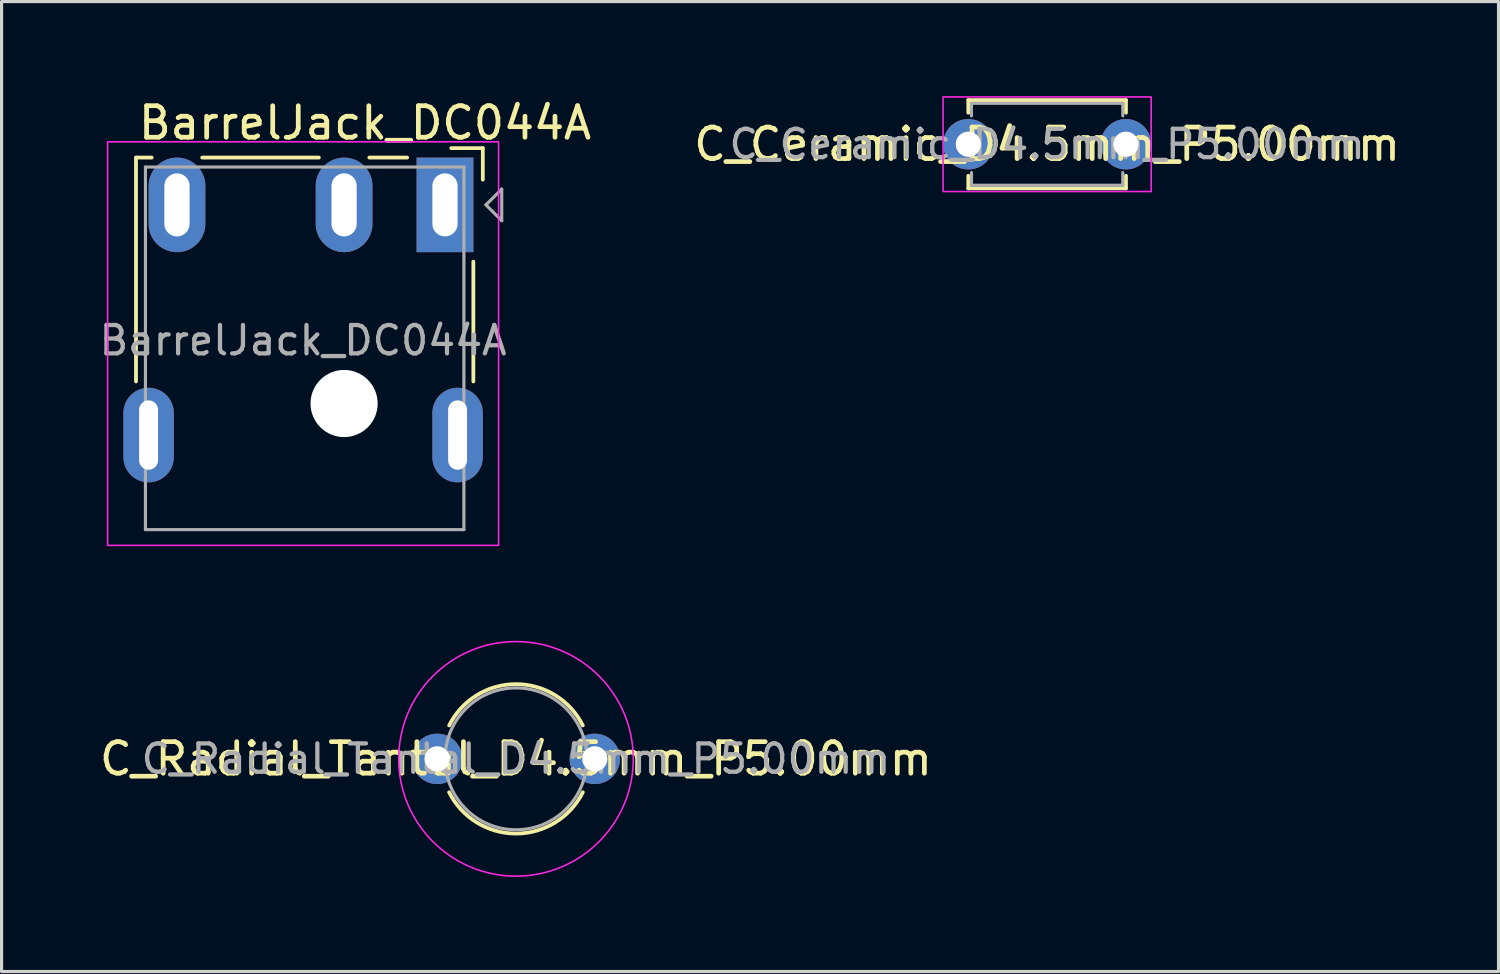
<source format=kicad_pcb>
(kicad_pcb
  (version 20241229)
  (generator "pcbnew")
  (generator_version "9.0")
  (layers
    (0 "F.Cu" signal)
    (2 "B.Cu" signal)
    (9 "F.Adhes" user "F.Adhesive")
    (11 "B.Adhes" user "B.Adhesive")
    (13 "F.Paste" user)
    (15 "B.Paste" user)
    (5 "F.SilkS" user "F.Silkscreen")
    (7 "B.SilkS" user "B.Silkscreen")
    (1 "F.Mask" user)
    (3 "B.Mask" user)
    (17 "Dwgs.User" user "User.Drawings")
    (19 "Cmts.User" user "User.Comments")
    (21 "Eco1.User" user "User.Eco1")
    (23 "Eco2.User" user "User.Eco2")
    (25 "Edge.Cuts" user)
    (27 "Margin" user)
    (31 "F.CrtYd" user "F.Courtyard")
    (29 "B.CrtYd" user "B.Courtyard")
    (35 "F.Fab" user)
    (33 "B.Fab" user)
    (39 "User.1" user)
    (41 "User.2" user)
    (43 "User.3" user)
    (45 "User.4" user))
  (footprint "BarrelJack_DC044A"
    (layer "F.Cu")
    (at 11.063 3.448)
    (property "Reference" "BarrelJack_DC044A" (at -9.8 -2.6 0) (layer "F.SilkS") (effects (font (size 1 1) (thickness 0.15)) (justify left)))
    (attr through_hole)
    (fp_line (start -9.8 5.6) (end -9.8 -1.5) (stroke (width 0.12) (type default)) (layer "F.SilkS"))
    (fp_line (start -9.3 -1.5) (end -9.8 -1.5) (stroke (width 0.12) (type default)) (layer "F.SilkS"))
    (fp_line (start -4 -1.5) (end -7.7 -1.5) (stroke (width 0.12) (type default)) (layer "F.SilkS"))
    (fp_line (start -1.2 -1.5) (end -2.4 -1.5) (stroke (width 0.12) (type default)) (layer "F.SilkS"))
    (fp_line (start 0.9 5.6) (end 0.9 1.8) (stroke (width 0.12) (type default)) (layer "F.SilkS"))
    (fp_line (start 1.2 -1.8) (end 0.2 -1.8) (stroke (width 0.12) (type default)) (layer "F.SilkS"))
    (fp_line (start 1.2 -1.8) (end 1.2 -0.8) (stroke (width 0.12) (type default)) (layer "F.SilkS"))
    (fp_rect (start -10.7 -2) (end 1.7 10.8) (stroke (width 0.05) (type default)) (fill no) (layer "F.CrtYd"))
    (fp_line (start -9.5 -1.2) (end 0.6 -1.2) (stroke (width 0.1) (type default)) (layer "F.Fab"))
    (fp_line (start -9.5 10.3) (end -9.5 -1.2) (stroke (width 0.1) (type default)) (layer "F.Fab"))
    (fp_line (start 0.6 -1.2) (end 0.6 10.3) (stroke (width 0.1) (type default)) (layer "F.Fab"))
    (fp_line (start 0.6 10.3) (end -9.5 10.3) (stroke (width 0.1) (type default)) (layer "F.Fab"))
    (fp_line (start 1.3 0) (end 1.8 -0.5) (stroke (width 0.1) (type default)) (layer "F.Fab"))
    (fp_line (start 1.3 0) (end 1.8 0.5) (stroke (width 0.1) (type default)) (layer "F.Fab"))
    (fp_line (start 1.8 -0.5) (end 1.8 0.5) (stroke (width 0.1) (type default)) (layer "F.Fab"))
    (fp_text user "${REFERENCE}" (at -4.5 4.3 0) (layer "F.Fab") (effects (font (size 0.9 0.9) (thickness 0.135))))
    (pad "" np_thru_hole circle (at -3.2 6.3 180) (size 2.13 2.13) (drill 2.13) (layers "*.Cu" "*.Mask"))
    (pad "1" thru_hole oval (at -8.5 0 180) (size 1.8 3) (drill oval 0.8 2) (layers "*.Cu" "*.Mask"))
    (pad "2" thru_hole rect (at 0 0 180) (size 1.8 3) (drill oval 0.8 2) (layers "*.Cu" "*.Mask"))
    (pad "3" thru_hole oval (at -3.2 0 180) (size 1.8 3) (drill oval 0.8 2) (layers "*.Cu" "*.Mask"))
    (pad "SH" thru_hole oval (at -9.4 7.3 180) (size 1.6 3) (drill oval 0.6 2.2) (layers "*.Cu" "*.Mask"))
    (pad "SH" thru_hole oval (at 0.4 7.3 180) (size 1.6 3) (drill oval 0.6 2.2) (layers "*.Cu" "*.Mask")))
  (footprint "C_Ceramic_D4.5mm_P5.00mm"
    (layer "F.Cu")
    (at 27.661 1.525)
    (property "Reference" "C_Ceramic_D4.5mm_P5.00mm" (at 2.5 0.000001 0) (layer "F.SilkS") (effects (font (size 1 1) (thickness 0.15))))
    (attr through_hole)
    (fp_line (start 0 -1.4) (end 5 -1.4) (stroke (width 0.12) (type solid)) (layer "F.SilkS"))
    (fp_line (start 0 -1) (end 0 -1.4) (stroke (width 0.12) (type solid)) (layer "F.SilkS"))
    (fp_line (start 0 1) (end 0 1.4) (stroke (width 0.12) (type solid)) (layer "F.SilkS"))
    (fp_line (start 0 1.4) (end 5 1.4) (stroke (width 0.12) (type solid)) (layer "F.SilkS"))
    (fp_line (start 5 -1.4) (end 5 -1) (stroke (width 0.12) (type solid)) (layer "F.SilkS"))
    (fp_line (start 5 1.4) (end 5 1) (stroke (width 0.12) (type solid)) (layer "F.SilkS"))
    (fp_rect (start -0.8 -1.5) (end 5.8 1.5) (stroke (width 0.05) (type default)) (fill no) (layer "F.CrtYd"))
    (fp_line (start 0.1 -1.3) (end 4.9 -1.3) (stroke (width 0.1) (type default)) (layer "F.Fab"))
    (fp_line (start 0.1 -0.9) (end 0.1 -1.3) (stroke (width 0.1) (type default)) (layer "F.Fab"))
    (fp_line (start 0.1 0.9) (end 0.1 1.3) (stroke (width 0.1) (type default)) (layer "F.Fab"))
    (fp_line (start 0.1 1.3) (end 4.9 1.3) (stroke (width 0.1) (type default)) (layer "F.Fab"))
    (fp_line (start 4.9 -1.3) (end 4.9 -0.9) (stroke (width 0.1) (type default)) (layer "F.Fab"))
    (fp_line (start 4.9 0.9) (end 4.9 1.3) (stroke (width 0.1) (type default)) (layer "F.Fab"))
    (fp_text user "${REFERENCE}" (at 2.5 0 0) (layer "F.Fab") (effects (font (size 0.9 0.9) (thickness 0.135))))
    (pad "1" thru_hole circle (at 0 0) (size 1.6 1.6) (drill 0.8) (layers "*.Cu" "*.Mask"))
    (pad "2" thru_hole circle (at 5 0) (size 1.6 1.6) (drill 0.8) (layers "*.Cu" "*.Mask")))
  (footprint "C_Radial_Tantal_D4.5mm_P5.00mm"
    (layer "F.Cu")
    (at 10.815 21.018)
    (property "Reference" "C_Radial_Tantal_D4.5mm_P5.00mm" (at 2.5 0.000001 0) (layer "F.SilkS") (effects (font (size 1 1) (thickness 0.15))))
    (attr through_hole)
    (fp_arc (start 0.380259 -1.06) (mid 2.5 -2.37) (end 4.619741 -1.06) (stroke (width 0.12) (type solid)) (layer "F.SilkS"))
    (fp_arc (start 4.619741 1.06) (mid 2.5 2.37) (end 0.380259 1.06) (stroke (width 0.12) (type solid)) (layer "F.SilkS"))
    (fp_circle (center 2.5 0) (end 6.22 0) (stroke (width 0.05) (type solid)) (fill no) (layer "F.CrtYd"))
    (fp_circle (center 2.5 0) (end 4.75 0) (stroke (width 0.1) (type solid)) (fill no) (layer "F.Fab"))
    (fp_text user "${REFERENCE}" (at 2.5 0 0) (layer "F.Fab") (effects (font (size 0.9 0.9) (thickness 0.135))))
    (pad "1" thru_hole circle (at 0 0) (size 1.6 1.6) (drill 0.8) (layers "*.Cu" "*.Mask"))
    (pad "2" thru_hole circle (at 5 0) (size 1.6 1.6) (drill 0.8) (layers "*.Cu" "*.Mask")))
  (gr_rect
    (start -3 -3)
    (end 44.477 27.763)
    (stroke (width 0.1) (type default))
    (fill no)
    (layer "Edge.Cuts")))
</source>
